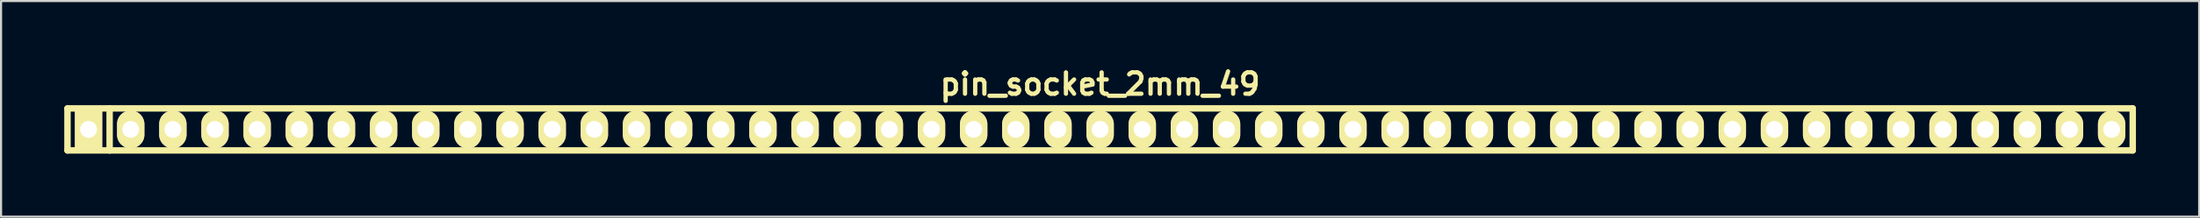
<source format=kicad_pcb>
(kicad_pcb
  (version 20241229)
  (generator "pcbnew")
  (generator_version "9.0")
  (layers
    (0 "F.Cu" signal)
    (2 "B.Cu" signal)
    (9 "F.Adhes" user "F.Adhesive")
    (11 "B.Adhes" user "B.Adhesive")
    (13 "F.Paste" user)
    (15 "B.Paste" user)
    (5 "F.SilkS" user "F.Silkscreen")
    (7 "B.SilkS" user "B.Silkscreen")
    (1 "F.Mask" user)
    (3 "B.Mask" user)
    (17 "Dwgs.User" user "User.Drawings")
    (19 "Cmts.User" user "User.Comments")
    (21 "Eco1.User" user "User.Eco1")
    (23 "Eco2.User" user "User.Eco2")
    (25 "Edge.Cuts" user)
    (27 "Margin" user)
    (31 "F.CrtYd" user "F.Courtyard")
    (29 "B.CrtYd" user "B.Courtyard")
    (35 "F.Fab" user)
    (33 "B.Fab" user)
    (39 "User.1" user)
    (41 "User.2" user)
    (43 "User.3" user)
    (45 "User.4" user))
  (footprint "pin_socket_2mm_49"
    (layer "F.Cu")
    (at 49.152 3.11)
    (property "Reference" "pin_socket_2mm_49" (at 0 -2.159 0) (layer "F.SilkS") (effects (font (size 1.016 1.016) (thickness 0.203))))
    (attr through_hole)
    (fp_line (start -49 -1) (end 49 -1) (stroke (width 0.305) (type solid)) (layer "F.SilkS"))
    (fp_line (start -49 1) (end -49 -1) (stroke (width 0.305) (type solid)) (layer "F.SilkS"))
    (fp_line (start -47 -1) (end -47 1) (stroke (width 0.305) (type solid)) (layer "F.SilkS"))
    (fp_line (start 49 -1) (end 49 1) (stroke (width 0.305) (type solid)) (layer "F.SilkS"))
    (fp_line (start 49 1) (end -49 1) (stroke (width 0.305) (type solid)) (layer "F.SilkS"))
    (pad "1" thru_hole rect (at -48 0) (size 1.3 1.8) (drill 0.8) (layers "*.Cu" "*.Mask" "F.SilkS"))
    (pad "2" thru_hole oval (at -46 0) (size 1.3 1.8) (drill 0.8) (layers "*.Cu" "*.Mask" "F.SilkS"))
    (pad "3" thru_hole oval (at -44 0) (size 1.3 1.8) (drill 0.8) (layers "*.Cu" "*.Mask" "F.SilkS"))
    (pad "4" thru_hole oval (at -42 0) (size 1.3 1.8) (drill 0.8) (layers "*.Cu" "*.Mask" "F.SilkS"))
    (pad "5" thru_hole oval (at -40 0) (size 1.3 1.8) (drill 0.8) (layers "*.Cu" "*.Mask" "F.SilkS"))
    (pad "6" thru_hole oval (at -38 0) (size 1.3 1.8) (drill 0.8) (layers "*.Cu" "*.Mask" "F.SilkS"))
    (pad "7" thru_hole oval (at -36 0) (size 1.3 1.8) (drill 0.8) (layers "*.Cu" "*.Mask" "F.SilkS"))
    (pad "8" thru_hole oval (at -34 0) (size 1.3 1.8) (drill 0.8) (layers "*.Cu" "*.Mask" "F.SilkS"))
    (pad "9" thru_hole oval (at -32 0) (size 1.3 1.8) (drill 0.8) (layers "*.Cu" "*.Mask" "F.SilkS"))
    (pad "10" thru_hole oval (at -30 0) (size 1.3 1.8) (drill 0.8) (layers "*.Cu" "*.Mask" "F.SilkS"))
    (pad "11" thru_hole oval (at -28 0) (size 1.3 1.8) (drill 0.8) (layers "*.Cu" "*.Mask" "F.SilkS"))
    (pad "12" thru_hole oval (at -26 0) (size 1.3 1.8) (drill 0.8) (layers "*.Cu" "*.Mask" "F.SilkS"))
    (pad "13" thru_hole oval (at -24 0) (size 1.3 1.8) (drill 0.8) (layers "*.Cu" "*.Mask" "F.SilkS"))
    (pad "14" thru_hole oval (at -22 0) (size 1.3 1.8) (drill 0.8) (layers "*.Cu" "*.Mask" "F.SilkS"))
    (pad "15" thru_hole oval (at -20 0) (size 1.3 1.8) (drill 0.8) (layers "*.Cu" "*.Mask" "F.SilkS"))
    (pad "16" thru_hole oval (at -18 0) (size 1.3 1.8) (drill 0.8) (layers "*.Cu" "*.Mask" "F.SilkS"))
    (pad "17" thru_hole oval (at -16 0) (size 1.3 1.8) (drill 0.8) (layers "*.Cu" "*.Mask" "F.SilkS"))
    (pad "18" thru_hole oval (at -14 0) (size 1.3 1.8) (drill 0.8) (layers "*.Cu" "*.Mask" "F.SilkS"))
    (pad "19" thru_hole oval (at -12 0) (size 1.3 1.8) (drill 0.8) (layers "*.Cu" "*.Mask" "F.SilkS"))
    (pad "20" thru_hole oval (at -10 0) (size 1.3 1.8) (drill 0.8) (layers "*.Cu" "*.Mask" "F.SilkS"))
    (pad "21" thru_hole oval (at -8 0) (size 1.3 1.8) (drill 0.8) (layers "*.Cu" "*.Mask" "F.SilkS"))
    (pad "22" thru_hole oval (at -6 0) (size 1.3 1.8) (drill 0.8) (layers "*.Cu" "*.Mask" "F.SilkS"))
    (pad "23" thru_hole oval (at -4 0) (size 1.3 1.8) (drill 0.8) (layers "*.Cu" "*.Mask" "F.SilkS"))
    (pad "24" thru_hole oval (at -2 0) (size 1.3 1.8) (drill 0.8) (layers "*.Cu" "*.Mask" "F.SilkS"))
    (pad "25" thru_hole oval (at 0 0) (size 1.3 1.8) (drill 0.8) (layers "*.Cu" "*.Mask" "F.SilkS"))
    (pad "26" thru_hole oval (at 2 0) (size 1.3 1.8) (drill 0.8) (layers "*.Cu" "*.Mask" "F.SilkS"))
    (pad "27" thru_hole oval (at 4 0) (size 1.3 1.8) (drill 0.8) (layers "*.Cu" "*.Mask" "F.SilkS"))
    (pad "28" thru_hole oval (at 6 0) (size 1.3 1.8) (drill 0.8) (layers "*.Cu" "*.Mask" "F.SilkS"))
    (pad "29" thru_hole oval (at 8 0) (size 1.3 1.8) (drill 0.8) (layers "*.Cu" "*.Mask" "F.SilkS"))
    (pad "30" thru_hole oval (at 10 0) (size 1.3 1.8) (drill 0.8) (layers "*.Cu" "*.Mask" "F.SilkS"))
    (pad "31" thru_hole oval (at 12 0) (size 1.3 1.8) (drill 0.8) (layers "*.Cu" "*.Mask" "F.SilkS"))
    (pad "32" thru_hole oval (at 14 0) (size 1.3 1.8) (drill 0.8) (layers "*.Cu" "*.Mask" "F.SilkS"))
    (pad "33" thru_hole oval (at 16 0) (size 1.3 1.8) (drill 0.8) (layers "*.Cu" "*.Mask" "F.SilkS"))
    (pad "34" thru_hole oval (at 18 0) (size 1.3 1.8) (drill 0.8) (layers "*.Cu" "*.Mask" "F.SilkS"))
    (pad "35" thru_hole oval (at 20 0) (size 1.3 1.8) (drill 0.8) (layers "*.Cu" "*.Mask" "F.SilkS"))
    (pad "36" thru_hole oval (at 22 0) (size 1.3 1.8) (drill 0.8) (layers "*.Cu" "*.Mask" "F.SilkS"))
    (pad "37" thru_hole oval (at 24 0) (size 1.3 1.8) (drill 0.8) (layers "*.Cu" "*.Mask" "F.SilkS"))
    (pad "38" thru_hole oval (at 26 0) (size 1.3 1.8) (drill 0.8) (layers "*.Cu" "*.Mask" "F.SilkS"))
    (pad "39" thru_hole oval (at 28 0) (size 1.3 1.8) (drill 0.8) (layers "*.Cu" "*.Mask" "F.SilkS"))
    (pad "40" thru_hole oval (at 30 0) (size 1.3 1.8) (drill 0.8) (layers "*.Cu" "*.Mask" "F.SilkS"))
    (pad "41" thru_hole oval (at 32 0) (size 1.3 1.8) (drill 0.8) (layers "*.Cu" "*.Mask" "F.SilkS"))
    (pad "42" thru_hole oval (at 34 0) (size 1.3 1.8) (drill 0.8) (layers "*.Cu" "*.Mask" "F.SilkS"))
    (pad "43" thru_hole oval (at 36 0) (size 1.3 1.8) (drill 0.8) (layers "*.Cu" "*.Mask" "F.SilkS"))
    (pad "44" thru_hole oval (at 38 0) (size 1.3 1.8) (drill 0.8) (layers "*.Cu" "*.Mask" "F.SilkS"))
    (pad "45" thru_hole oval (at 40 0) (size 1.3 1.8) (drill 0.8) (layers "*.Cu" "*.Mask" "F.SilkS"))
    (pad "46" thru_hole oval (at 42 0) (size 1.3 1.8) (drill 0.8) (layers "*.Cu" "*.Mask" "F.SilkS"))
    (pad "47" thru_hole oval (at 44 0) (size 1.3 1.8) (drill 0.8) (layers "*.Cu" "*.Mask" "F.SilkS"))
    (pad "48" thru_hole oval (at 46 0) (size 1.3 1.8) (drill 0.8) (layers "*.Cu" "*.Mask" "F.SilkS"))
    (pad "49" thru_hole oval (at 48 0) (size 1.3 1.8) (drill 0.8) (layers "*.Cu" "*.Mask" "F.SilkS")))
  (gr_rect
    (start -3 -3)
    (end 101.305 7.262)
    (stroke (width 0.1) (type default))
    (fill no)
    (layer "Edge.Cuts")))
</source>
